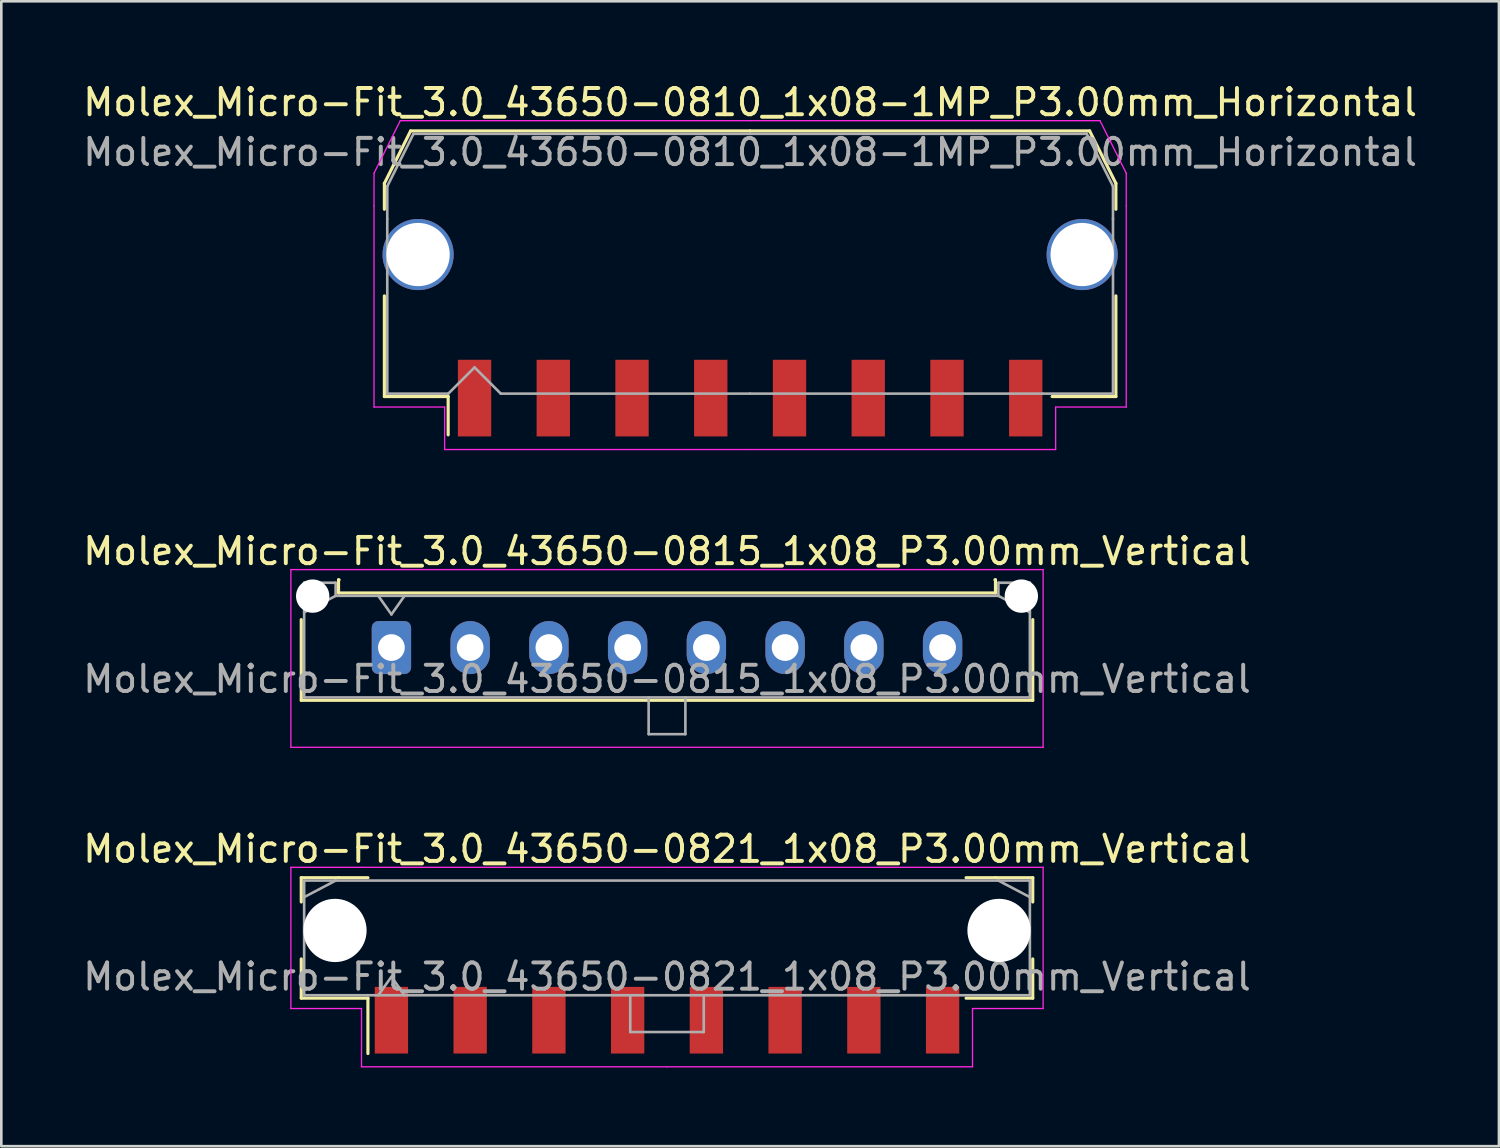
<source format=kicad_pcb>
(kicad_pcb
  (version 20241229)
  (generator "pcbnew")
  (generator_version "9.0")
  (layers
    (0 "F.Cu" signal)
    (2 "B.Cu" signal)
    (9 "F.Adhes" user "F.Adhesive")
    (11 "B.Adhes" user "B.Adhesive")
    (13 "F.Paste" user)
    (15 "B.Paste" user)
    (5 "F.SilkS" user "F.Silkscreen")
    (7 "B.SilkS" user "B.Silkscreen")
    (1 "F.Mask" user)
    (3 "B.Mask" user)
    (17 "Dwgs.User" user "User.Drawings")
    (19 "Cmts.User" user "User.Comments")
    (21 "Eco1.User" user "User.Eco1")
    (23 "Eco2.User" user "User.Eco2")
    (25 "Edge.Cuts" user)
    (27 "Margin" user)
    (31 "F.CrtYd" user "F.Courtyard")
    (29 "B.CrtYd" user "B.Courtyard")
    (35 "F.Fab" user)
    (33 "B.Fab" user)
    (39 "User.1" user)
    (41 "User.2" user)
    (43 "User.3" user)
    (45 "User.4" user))
  (footprint "Molex_Micro-Fit_3.0_43650-0810_1x08-1MP_P3.00mm_Horizontal"
    (layer "F.Cu")
    (at 25.53 6.998)
    (property "Reference" "Molex_Micro-Fit_3.0_43650-0810_1x08-1MP_P3.00mm_Horizontal" (at 0 -6.15 0) (layer "F.SilkS") (effects (font (size 1 1) (thickness 0.15))))
    (attr smd)
    (fp_line (start -13.935 -3.06) (end -13.935 -2.075) (stroke (width 0.12) (type solid)) (layer "F.SilkS"))
    (fp_line (start -13.935 1.225) (end -13.935 5.06) (stroke (width 0.12) (type solid)) (layer "F.SilkS"))
    (fp_line (start -13.935 5.06) (end -11.505 5.06) (stroke (width 0.12) (type solid)) (layer "F.SilkS"))
    (fp_line (start -12.935 -5.06) (end -13.935 -3.06) (stroke (width 0.12) (type solid)) (layer "F.SilkS"))
    (fp_line (start -11.505 5.06) (end -11.505 6.52) (stroke (width 0.12) (type solid)) (layer "F.SilkS"))
    (fp_line (start 0 -5.06) (end -12.935 -5.06) (stroke (width 0.12) (type solid)) (layer "F.SilkS"))
    (fp_line (start 0 -5.06) (end 12.935 -5.06) (stroke (width 0.12) (type solid)) (layer "F.SilkS"))
    (fp_line (start 12.935 -5.06) (end 13.935 -3.06) (stroke (width 0.12) (type solid)) (layer "F.SilkS"))
    (fp_line (start 13.935 -3.06) (end 13.935 -2.075) (stroke (width 0.12) (type solid)) (layer "F.SilkS"))
    (fp_line (start 13.935 1.225) (end 13.935 5.06) (stroke (width 0.12) (type solid)) (layer "F.SilkS"))
    (fp_line (start 13.935 5.06) (end 11.505 5.06) (stroke (width 0.12) (type solid)) (layer "F.SilkS"))
    (fp_line (start -14.33 -3.45) (end -14.33 -2.21) (stroke (width 0.05) (type solid)) (layer "F.CrtYd"))
    (fp_line (start -14.33 -2.21) (end -14.33 5.46) (stroke (width 0.05) (type solid)) (layer "F.CrtYd"))
    (fp_line (start -14.33 5.46) (end -11.64 5.46) (stroke (width 0.05) (type solid)) (layer "F.CrtYd"))
    (fp_line (start -13.33 -5.45) (end -14.33 -3.45) (stroke (width 0.05) (type solid)) (layer "F.CrtYd"))
    (fp_line (start -11.64 5.46) (end -11.64 7.08) (stroke (width 0.05) (type solid)) (layer "F.CrtYd"))
    (fp_line (start -11.64 7.08) (end 0 7.08) (stroke (width 0.05) (type solid)) (layer "F.CrtYd"))
    (fp_line (start 0 -5.45) (end -13.33 -5.45) (stroke (width 0.05) (type solid)) (layer "F.CrtYd"))
    (fp_line (start 0 -5.45) (end 13.33 -5.45) (stroke (width 0.05) (type solid)) (layer "F.CrtYd"))
    (fp_line (start 11.64 5.46) (end 11.64 7.08) (stroke (width 0.05) (type solid)) (layer "F.CrtYd"))
    (fp_line (start 11.64 7.08) (end 0 7.08) (stroke (width 0.05) (type solid)) (layer "F.CrtYd"))
    (fp_line (start 13.33 -5.45) (end 14.33 -3.45) (stroke (width 0.05) (type solid)) (layer "F.CrtYd"))
    (fp_line (start 14.33 -3.45) (end 14.33 -2.21) (stroke (width 0.05) (type solid)) (layer "F.CrtYd"))
    (fp_line (start 14.33 -2.21) (end 14.33 5.46) (stroke (width 0.05) (type solid)) (layer "F.CrtYd"))
    (fp_line (start 14.33 5.46) (end 11.64 5.46) (stroke (width 0.05) (type solid)) (layer "F.CrtYd"))
    (fp_line (start -13.825 -2.95) (end -13.825 -1.705) (stroke (width 0.1) (type solid)) (layer "F.Fab"))
    (fp_line (start -13.825 -1.705) (end -13.825 4.95) (stroke (width 0.1) (type solid)) (layer "F.Fab"))
    (fp_line (start -13.825 4.95) (end -11.5 4.95) (stroke (width 0.1) (type solid)) (layer "F.Fab"))
    (fp_line (start -12.825 -4.95) (end -13.825 -2.95) (stroke (width 0.1) (type solid)) (layer "F.Fab"))
    (fp_line (start -11.5 4.95) (end -10.5 3.95) (stroke (width 0.1) (type solid)) (layer "F.Fab"))
    (fp_line (start -10.5 3.95) (end -9.5 4.95) (stroke (width 0.1) (type solid)) (layer "F.Fab"))
    (fp_line (start -9.5 4.95) (end 0 4.95) (stroke (width 0.1) (type solid)) (layer "F.Fab"))
    (fp_line (start 0 -4.95) (end -12.825 -4.95) (stroke (width 0.1) (type solid)) (layer "F.Fab"))
    (fp_line (start 0 -4.95) (end 12.825 -4.95) (stroke (width 0.1) (type solid)) (layer "F.Fab"))
    (fp_line (start 11.135 4.95) (end 0 4.95) (stroke (width 0.1) (type solid)) (layer "F.Fab"))
    (fp_line (start 12.825 -4.95) (end 13.825 -2.95) (stroke (width 0.1) (type solid)) (layer "F.Fab"))
    (fp_line (start 13.825 -2.95) (end 13.825 -1.705) (stroke (width 0.1) (type solid)) (layer "F.Fab"))
    (fp_line (start 13.825 -1.705) (end 13.825 4.95) (stroke (width 0.1) (type solid)) (layer "F.Fab"))
    (fp_line (start 13.825 4.95) (end 11.135 4.95) (stroke (width 0.1) (type solid)) (layer "F.Fab"))
    (fp_text user "${REFERENCE}" (at 0 -4.25 0) (layer "F.Fab") (effects (font (size 1 1) (thickness 0.15))))
    (pad "1" smd rect (at -10.5 5.12) (size 1.27 2.92) (layers "F.Cu" "F.Mask" "F.Paste"))
    (pad "2" smd rect (at -7.5 5.12) (size 1.27 2.92) (layers "F.Cu" "F.Mask" "F.Paste"))
    (pad "3" smd rect (at -4.5 5.12) (size 1.27 2.92) (layers "F.Cu" "F.Mask" "F.Paste"))
    (pad "4" smd rect (at -1.5 5.12) (size 1.27 2.92) (layers "F.Cu" "F.Mask" "F.Paste"))
    (pad "5" smd rect (at 1.5 5.12) (size 1.27 2.92) (layers "F.Cu" "F.Mask" "F.Paste"))
    (pad "6" smd rect (at 4.5 5.12) (size 1.27 2.92) (layers "F.Cu" "F.Mask" "F.Paste"))
    (pad "7" smd rect (at 7.5 5.12) (size 1.27 2.92) (layers "F.Cu" "F.Mask" "F.Paste"))
    (pad "8" smd rect (at 10.5 5.12) (size 1.27 2.92) (layers "F.Cu" "F.Mask" "F.Paste"))
    (pad "MP" thru_hole circle (at -12.65 -0.35) (size 2.71 2.71) (drill 2.41) (property pad_prop_heatsink) (layers "*.Cu" "*.Mask"))
    (pad "MP" thru_hole circle (at 12.65 -0.35) (size 2.71 2.71) (drill 2.41) (property pad_prop_heatsink) (layers "*.Cu" "*.Mask")))
  (footprint "Molex_Micro-Fit_3.0_43650-0821_1x08_P3.00mm_Vertical"
    (layer "F.Cu")
    (at 22.363 32.685)
    (property "Reference" "Molex_Micro-Fit_3.0_43650-0821_1x08_P3.00mm_Vertical" (at 0 -3.39 0) (layer "F.SilkS") (effects (font (size 1 1) (thickness 0.15))))
    (attr smd)
    (fp_line (start -13.935 -2.295) (end -12.515 -2.295) (stroke (width 0.12) (type solid)) (layer "F.SilkS"))
    (fp_line (start -13.935 -1.37) (end -13.935 -2.295) (stroke (width 0.12) (type solid)) (layer "F.SilkS"))
    (fp_line (start -13.935 0.8) (end -13.935 2.295) (stroke (width 0.12) (type solid)) (layer "F.SilkS"))
    (fp_line (start -13.935 2.295) (end -11.395 2.295) (stroke (width 0.12) (type solid)) (layer "F.SilkS"))
    (fp_line (start -12.515 -2.295) (end -11.395 -2.295) (stroke (width 0.12) (type solid)) (layer "F.SilkS"))
    (fp_line (start -11.395 2.295) (end -11.395 4.405) (stroke (width 0.12) (type solid)) (layer "F.SilkS"))
    (fp_line (start 12.515 -2.295) (end 11.395 -2.295) (stroke (width 0.12) (type solid)) (layer "F.SilkS"))
    (fp_line (start 13.935 -2.295) (end 12.515 -2.295) (stroke (width 0.12) (type solid)) (layer "F.SilkS"))
    (fp_line (start 13.935 -1.37) (end 13.935 -2.295) (stroke (width 0.12) (type solid)) (layer "F.SilkS"))
    (fp_line (start 13.935 0.8) (end 13.935 2.295) (stroke (width 0.12) (type solid)) (layer "F.SilkS"))
    (fp_line (start 13.935 2.295) (end 11.395 2.295) (stroke (width 0.12) (type solid)) (layer "F.SilkS"))
    (fp_line (start -14.33 -2.69) (end -14.33 2.69) (stroke (width 0.05) (type solid)) (layer "F.CrtYd"))
    (fp_line (start -14.33 2.69) (end -11.64 2.69) (stroke (width 0.05) (type solid)) (layer "F.CrtYd"))
    (fp_line (start -11.64 -2.69) (end -14.33 -2.69) (stroke (width 0.05) (type solid)) (layer "F.CrtYd"))
    (fp_line (start -11.64 2.69) (end -11.64 4.91) (stroke (width 0.05) (type solid)) (layer "F.CrtYd"))
    (fp_line (start -11.64 4.91) (end 0 4.91) (stroke (width 0.05) (type solid)) (layer "F.CrtYd"))
    (fp_line (start 0 -2.69) (end -11.64 -2.69) (stroke (width 0.05) (type solid)) (layer "F.CrtYd"))
    (fp_line (start 0 -2.69) (end 11.64 -2.69) (stroke (width 0.05) (type solid)) (layer "F.CrtYd"))
    (fp_line (start 11.64 -2.69) (end 14.33 -2.69) (stroke (width 0.05) (type solid)) (layer "F.CrtYd"))
    (fp_line (start 11.64 2.69) (end 11.64 4.91) (stroke (width 0.05) (type solid)) (layer "F.CrtYd"))
    (fp_line (start 11.64 4.91) (end 0 4.91) (stroke (width 0.05) (type solid)) (layer "F.CrtYd"))
    (fp_line (start 14.33 -2.69) (end 14.33 2.69) (stroke (width 0.05) (type solid)) (layer "F.CrtYd"))
    (fp_line (start 14.33 2.69) (end 11.64 2.69) (stroke (width 0.05) (type solid)) (layer "F.CrtYd"))
    (fp_line (start -13.825 -2.185) (end -13.825 2.185) (stroke (width 0.1) (type solid)) (layer "F.Fab"))
    (fp_line (start -13.825 -1.555) (end -12.625 -2.185) (stroke (width 0.1) (type solid)) (layer "F.Fab"))
    (fp_line (start -13.825 2.185) (end 13.825 2.185) (stroke (width 0.1) (type solid)) (layer "F.Fab"))
    (fp_line (start -12.625 -2.185) (end -13.825 -2.185) (stroke (width 0.1) (type solid)) (layer "F.Fab"))
    (fp_line (start -11 2.185) (end -10.5 1.478) (stroke (width 0.1) (type solid)) (layer "F.Fab"))
    (fp_line (start -10.5 1.478) (end -10 2.185) (stroke (width 0.1) (type solid)) (layer "F.Fab"))
    (fp_line (start -1.4 2.185) (end -1.4 3.585) (stroke (width 0.1) (type solid)) (layer "F.Fab"))
    (fp_line (start -1.4 3.585) (end 1.4 3.585) (stroke (width 0.1) (type solid)) (layer "F.Fab"))
    (fp_line (start 1.4 3.585) (end 1.4 2.185) (stroke (width 0.1) (type solid)) (layer "F.Fab"))
    (fp_line (start 12.625 -2.185) (end -12.625 -2.185) (stroke (width 0.1) (type solid)) (layer "F.Fab"))
    (fp_line (start 13.825 -2.185) (end 12.625 -2.185) (stroke (width 0.1) (type solid)) (layer "F.Fab"))
    (fp_line (start 13.825 -1.555) (end 12.625 -2.185) (stroke (width 0.1) (type solid)) (layer "F.Fab"))
    (fp_line (start 13.825 2.185) (end 13.825 -2.185) (stroke (width 0.1) (type solid)) (layer "F.Fab"))
    (fp_text user "${REFERENCE}" (at 0 1.48 0) (layer "F.Fab") (effects (font (size 1 1) (thickness 0.15))))
    (pad "" np_thru_hole circle (at -12.65 -0.285) (size 2.41 2.41) (drill 2.41) (layers "*.Cu" "*.Mask"))
    (pad "" np_thru_hole circle (at 12.65 -0.285) (size 2.41 2.41) (drill 2.41) (layers "*.Cu" "*.Mask"))
    (pad "1" smd rect (at -10.5 3.135) (size 1.27 2.54) (layers "F.Cu" "F.Mask" "F.Paste"))
    (pad "2" smd rect (at -7.5 3.135) (size 1.27 2.54) (layers "F.Cu" "F.Mask" "F.Paste"))
    (pad "3" smd rect (at -4.5 3.135) (size 1.27 2.54) (layers "F.Cu" "F.Mask" "F.Paste"))
    (pad "4" smd rect (at -1.5 3.135) (size 1.27 2.54) (layers "F.Cu" "F.Mask" "F.Paste"))
    (pad "5" smd rect (at 1.5 3.135) (size 1.27 2.54) (layers "F.Cu" "F.Mask" "F.Paste"))
    (pad "6" smd rect (at 4.5 3.135) (size 1.27 2.54) (layers "F.Cu" "F.Mask" "F.Paste"))
    (pad "7" smd rect (at 7.5 3.135) (size 1.27 2.54) (layers "F.Cu" "F.Mask" "F.Paste"))
    (pad "8" smd rect (at 10.5 3.135) (size 1.27 2.54) (layers "F.Cu" "F.Mask" "F.Paste")))
  (footprint "Molex_Micro-Fit_3.0_43650-0815_1x08_P3.00mm_Vertical"
    (layer "F.Cu")
    (at 11.863 21.622)
    (property "Reference" "Molex_Micro-Fit_3.0_43650-0815_1x08_P3.00mm_Vertical" (at 10.5 -3.67 0) (layer "F.SilkS") (effects (font (size 1 1) (thickness 0.15))))
    (attr through_hole)
    (fp_line (start -3.435 -1.065) (end -3.435 2.01) (stroke (width 0.12) (type solid)) (layer "F.SilkS"))
    (fp_line (start -3.435 2.01) (end 24.435 2.01) (stroke (width 0.12) (type solid)) (layer "F.SilkS"))
    (fp_line (start -2.015 -2.58) (end -2.015 -2.08) (stroke (width 0.12) (type solid)) (layer "F.SilkS"))
    (fp_line (start -2.015 -2.08) (end 23.015 -2.08) (stroke (width 0.12) (type solid)) (layer "F.SilkS"))
    (fp_line (start -1.995 -2.58) (end -2.015 -2.58) (stroke (width 0.12) (type solid)) (layer "F.SilkS"))
    (fp_line (start 23.015 -2.58) (end 22.995 -2.58) (stroke (width 0.12) (type solid)) (layer "F.SilkS"))
    (fp_line (start 23.015 -2.08) (end 23.015 -2.58) (stroke (width 0.12) (type solid)) (layer "F.SilkS"))
    (fp_line (start 24.435 2.01) (end 24.435 -1.065) (stroke (width 0.12) (type solid)) (layer "F.SilkS"))
    (fp_line (start -3.83 -2.97) (end 24.83 -2.97) (stroke (width 0.05) (type solid)) (layer "F.CrtYd"))
    (fp_line (start -3.83 3.8) (end -3.83 -2.97) (stroke (width 0.05) (type solid)) (layer "F.CrtYd"))
    (fp_line (start 24.83 -2.97) (end 24.83 3.8) (stroke (width 0.05) (type solid)) (layer "F.CrtYd"))
    (fp_line (start 24.83 3.8) (end -3.83 3.8) (stroke (width 0.05) (type solid)) (layer "F.CrtYd"))
    (fp_line (start -3.325 -2.47) (end -3.325 1.9) (stroke (width 0.1) (type solid)) (layer "F.Fab"))
    (fp_line (start -3.325 -1.34) (end -2.125 -1.97) (stroke (width 0.1) (type solid)) (layer "F.Fab"))
    (fp_line (start -3.325 1.9) (end 24.325 1.9) (stroke (width 0.1) (type solid)) (layer "F.Fab"))
    (fp_line (start -2.125 -2.47) (end -3.325 -2.47) (stroke (width 0.1) (type solid)) (layer "F.Fab"))
    (fp_line (start -2.125 -1.97) (end -2.125 -2.47) (stroke (width 0.1) (type solid)) (layer "F.Fab"))
    (fp_line (start -0.5 -1.97) (end 0 -1.263) (stroke (width 0.1) (type solid)) (layer "F.Fab"))
    (fp_line (start 0 -1.263) (end 0.5 -1.97) (stroke (width 0.1) (type solid)) (layer "F.Fab"))
    (fp_line (start 9.8 1.9) (end 9.8 3.3) (stroke (width 0.1) (type solid)) (layer "F.Fab"))
    (fp_line (start 9.8 3.3) (end 11.2 3.3) (stroke (width 0.1) (type solid)) (layer "F.Fab"))
    (fp_line (start 11.2 3.3) (end 11.2 1.9) (stroke (width 0.1) (type solid)) (layer "F.Fab"))
    (fp_line (start 23.125 -2.47) (end 23.125 -1.97) (stroke (width 0.1) (type solid)) (layer "F.Fab"))
    (fp_line (start 23.125 -1.97) (end -2.125 -1.97) (stroke (width 0.1) (type solid)) (layer "F.Fab"))
    (fp_line (start 24.325 -2.47) (end 23.125 -2.47) (stroke (width 0.1) (type solid)) (layer "F.Fab"))
    (fp_line (start 24.325 -1.34) (end 23.125 -1.97) (stroke (width 0.1) (type solid)) (layer "F.Fab"))
    (fp_line (start 24.325 1.9) (end 24.325 -2.47) (stroke (width 0.1) (type solid)) (layer "F.Fab"))
    (fp_text user "${REFERENCE}" (at 10.5 1.2 0) (layer "F.Fab") (effects (font (size 1 1) (thickness 0.15))))
    (pad "" np_thru_hole circle (at -3 -1.96) (size 1.27 1.27) (drill 1.27) (layers "*.Cu" "*.Mask"))
    (pad "" np_thru_hole circle (at 24 -1.96) (size 1.27 1.27) (drill 1.27) (layers "*.Cu" "*.Mask"))
    (pad "1" thru_hole roundrect (at 0 0) (size 1.5 2.02) (drill 1.02) (layers "*.Cu" "*.Mask") (roundrect_rratio 0.167))
    (pad "2" thru_hole oval (at 3 0) (size 1.5 2.02) (drill 1.02) (layers "*.Cu" "*.Mask"))
    (pad "3" thru_hole oval (at 6 0) (size 1.5 2.02) (drill 1.02) (layers "*.Cu" "*.Mask"))
    (pad "4" thru_hole oval (at 9 0) (size 1.5 2.02) (drill 1.02) (layers "*.Cu" "*.Mask"))
    (pad "5" thru_hole oval (at 12 0) (size 1.5 2.02) (drill 1.02) (layers "*.Cu" "*.Mask"))
    (pad "6" thru_hole oval (at 15 0) (size 1.5 2.02) (drill 1.02) (layers "*.Cu" "*.Mask"))
    (pad "7" thru_hole oval (at 18 0) (size 1.5 2.02) (drill 1.02) (layers "*.Cu" "*.Mask"))
    (pad "8" thru_hole oval (at 21 0) (size 1.5 2.02) (drill 1.02) (layers "*.Cu" "*.Mask")))
  (gr_rect
    (start -3 -3)
    (end 54.06 40.62)
    (stroke (width 0.1) (type default))
    (fill no)
    (layer "Edge.Cuts")))
</source>
